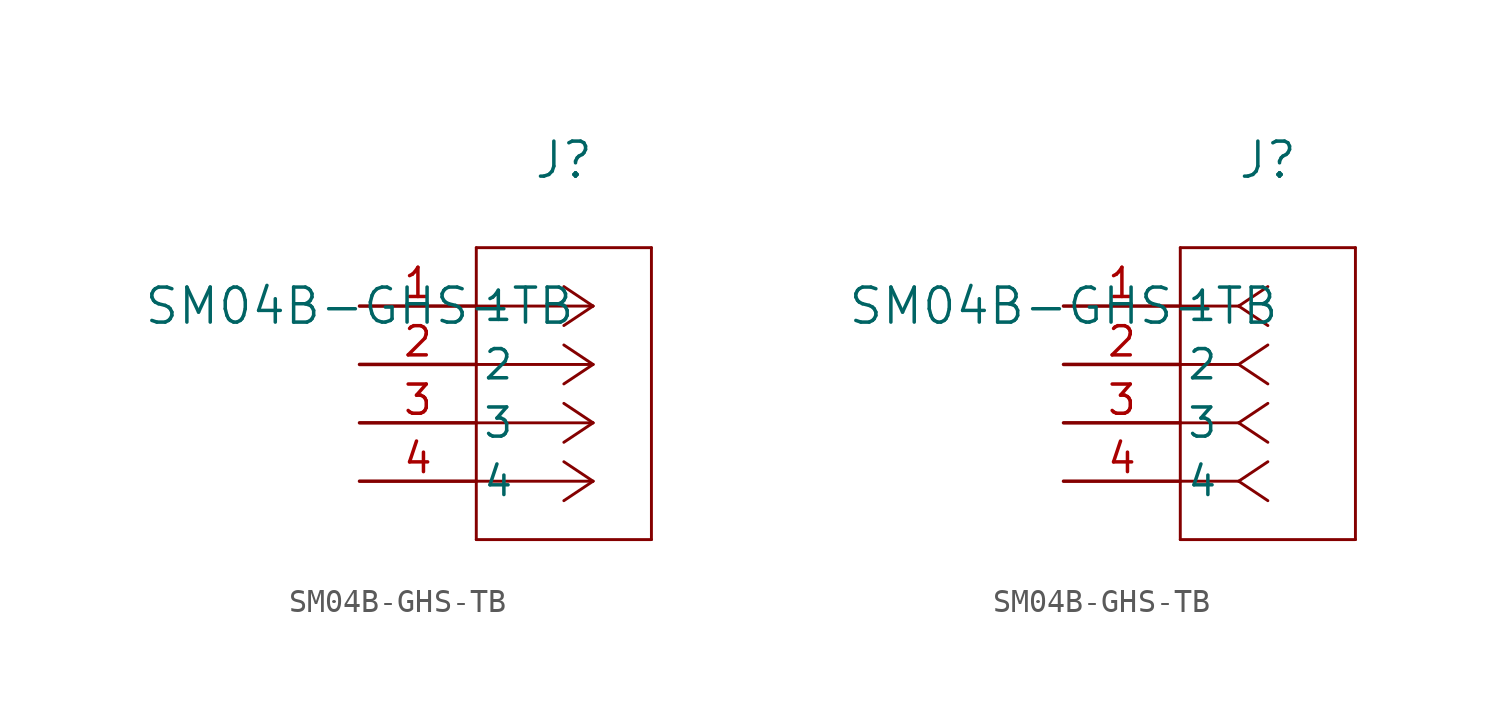
<source format=kicad_sym>
(kicad_symbol_lib
  (version 20211014)
  (generator kicad_symbol_editor)
  (symbol "SM04B-GHS-TB"
    (pin_names
      (offset 0.254))
    (property "Reference" "J"
      (at 8.89 6.35 0)
      (effects (font (size 1.524 1.524))))
    (property "Value" "SM04B-GHS-TB"
      (at 0 0 0)
      (effects (font (size 1.524 1.524))))
    (symbol "SM04B-GHS-TB_1_1"
      (polyline (pts (xy 10.16 0) (xy 5.08 0)) (stroke (width 0.127) (type default) (color 0 0 0 0)) (fill (type none)))
      (polyline (pts (xy 10.16 -2.54) (xy 5.08 -2.54)) (stroke (width 0.127) (type default) (color 0 0 0 0)) (fill (type none)))
      (polyline (pts (xy 10.16 -5.08) (xy 5.08 -5.08)) (stroke (width 0.127) (type default) (color 0 0 0 0)) (fill (type none)))
      (polyline (pts (xy 10.16 -7.62) (xy 5.08 -7.62)) (stroke (width 0.127) (type default) (color 0 0 0 0)) (fill (type none)))
      (polyline (pts (xy 10.16 0) (xy 8.89 0.847)) (stroke (width 0.127) (type default) (color 0 0 0 0)) (fill (type none)))
      (polyline (pts (xy 10.16 -2.54) (xy 8.89 -1.693)) (stroke (width 0.127) (type default) (color 0 0 0 0)) (fill (type none)))
      (polyline (pts (xy 10.16 -5.08) (xy 8.89 -4.233)) (stroke (width 0.127) (type default) (color 0 0 0 0)) (fill (type none)))
      (polyline (pts (xy 10.16 -7.62) (xy 8.89 -6.773)) (stroke (width 0.127) (type default) (color 0 0 0 0)) (fill (type none)))
      (polyline (pts (xy 10.16 0) (xy 8.89 -0.847)) (stroke (width 0.127) (type default) (color 0 0 0 0)) (fill (type none)))
      (polyline (pts (xy 10.16 -2.54) (xy 8.89 -3.387)) (stroke (width 0.127) (type default) (color 0 0 0 0)) (fill (type none)))
      (polyline (pts (xy 10.16 -5.08) (xy 8.89 -5.927)) (stroke (width 0.127) (type default) (color 0 0 0 0)) (fill (type none)))
      (polyline (pts (xy 10.16 -7.62) (xy 8.89 -8.467)) (stroke (width 0.127) (type default) (color 0 0 0 0)) (fill (type none)))
      (polyline (pts (xy 5.08 2.54) (xy 5.08 -10.16)) (stroke (width 0.127) (type default) (color 0 0 0 0)) (fill (type none)))
      (polyline (pts (xy 5.08 -10.16) (xy 12.7 -10.16)) (stroke (width 0.127) (type default) (color 0 0 0 0)) (fill (type none)))
      (polyline (pts (xy 12.7 -10.16) (xy 12.7 2.54)) (stroke (width 0.127) (type default) (color 0 0 0 0)) (fill (type none)))
      (polyline (pts (xy 12.7 2.54) (xy 5.08 2.54)) (stroke (width 0.127) (type default) (color 0 0 0 0)) (fill (type none)))
      (pin unspecified line (at 0 0 0) (length 5.08) (name "1" (effects (font (size 1.27 1.27)))) (number "1" (effects (font (size 1.27 1.27)))))
      (pin unspecified line (at 0 -2.54 0) (length 5.08) (name "2" (effects (font (size 1.27 1.27)))) (number "2" (effects (font (size 1.27 1.27)))))
      (pin unspecified line (at 0 -5.08 0) (length 5.08) (name "3" (effects (font (size 1.27 1.27)))) (number "3" (effects (font (size 1.27 1.27)))))
      (pin unspecified line (at 0 -7.62 0) (length 5.08) (name "4" (effects (font (size 1.27 1.27)))) (number "4" (effects (font (size 1.27 1.27))))))
    (symbol "SM04B-GHS-TB_1_2"
      (polyline (pts (xy 7.62 0) (xy 5.08 0)) (stroke (width 0.127) (type default) (color 0 0 0 0)) (fill (type none)))
      (polyline (pts (xy 7.62 -2.54) (xy 5.08 -2.54)) (stroke (width 0.127) (type default) (color 0 0 0 0)) (fill (type none)))
      (polyline (pts (xy 7.62 -5.08) (xy 5.08 -5.08)) (stroke (width 0.127) (type default) (color 0 0 0 0)) (fill (type none)))
      (polyline (pts (xy 7.62 -7.62) (xy 5.08 -7.62)) (stroke (width 0.127) (type default) (color 0 0 0 0)) (fill (type none)))
      (polyline (pts (xy 7.62 0) (xy 8.89 0.847)) (stroke (width 0.127) (type default) (color 0 0 0 0)) (fill (type none)))
      (polyline (pts (xy 7.62 -2.54) (xy 8.89 -1.693)) (stroke (width 0.127) (type default) (color 0 0 0 0)) (fill (type none)))
      (polyline (pts (xy 7.62 -5.08) (xy 8.89 -4.233)) (stroke (width 0.127) (type default) (color 0 0 0 0)) (fill (type none)))
      (polyline (pts (xy 7.62 -7.62) (xy 8.89 -6.773)) (stroke (width 0.127) (type default) (color 0 0 0 0)) (fill (type none)))
      (polyline (pts (xy 7.62 0) (xy 8.89 -0.847)) (stroke (width 0.127) (type default) (color 0 0 0 0)) (fill (type none)))
      (polyline (pts (xy 7.62 -2.54) (xy 8.89 -3.387)) (stroke (width 0.127) (type default) (color 0 0 0 0)) (fill (type none)))
      (polyline (pts (xy 7.62 -5.08) (xy 8.89 -5.927)) (stroke (width 0.127) (type default) (color 0 0 0 0)) (fill (type none)))
      (polyline (pts (xy 7.62 -7.62) (xy 8.89 -8.467)) (stroke (width 0.127) (type default) (color 0 0 0 0)) (fill (type none)))
      (polyline (pts (xy 5.08 2.54) (xy 5.08 -10.16)) (stroke (width 0.127) (type default) (color 0 0 0 0)) (fill (type none)))
      (polyline (pts (xy 5.08 -10.16) (xy 12.7 -10.16)) (stroke (width 0.127) (type default) (color 0 0 0 0)) (fill (type none)))
      (polyline (pts (xy 12.7 -10.16) (xy 12.7 2.54)) (stroke (width 0.127) (type default) (color 0 0 0 0)) (fill (type none)))
      (polyline (pts (xy 12.7 2.54) (xy 5.08 2.54)) (stroke (width 0.127) (type default) (color 0 0 0 0)) (fill (type none)))
      (pin unspecified line (at 0 0 0) (length 5.08) (name "1" (effects (font (size 1.27 1.27)))) (number "1" (effects (font (size 1.27 1.27)))))
      (pin unspecified line (at 0 -2.54 0) (length 5.08) (name "2" (effects (font (size 1.27 1.27)))) (number "2" (effects (font (size 1.27 1.27)))))
      (pin unspecified line (at 0 -5.08 0) (length 5.08) (name "3" (effects (font (size 1.27 1.27)))) (number "3" (effects (font (size 1.27 1.27)))))
      (pin unspecified line (at 0 -7.62 0) (length 5.08) (name "4" (effects (font (size 1.27 1.27)))) (number "4" (effects (font (size 1.27 1.27))))))))
</source>
